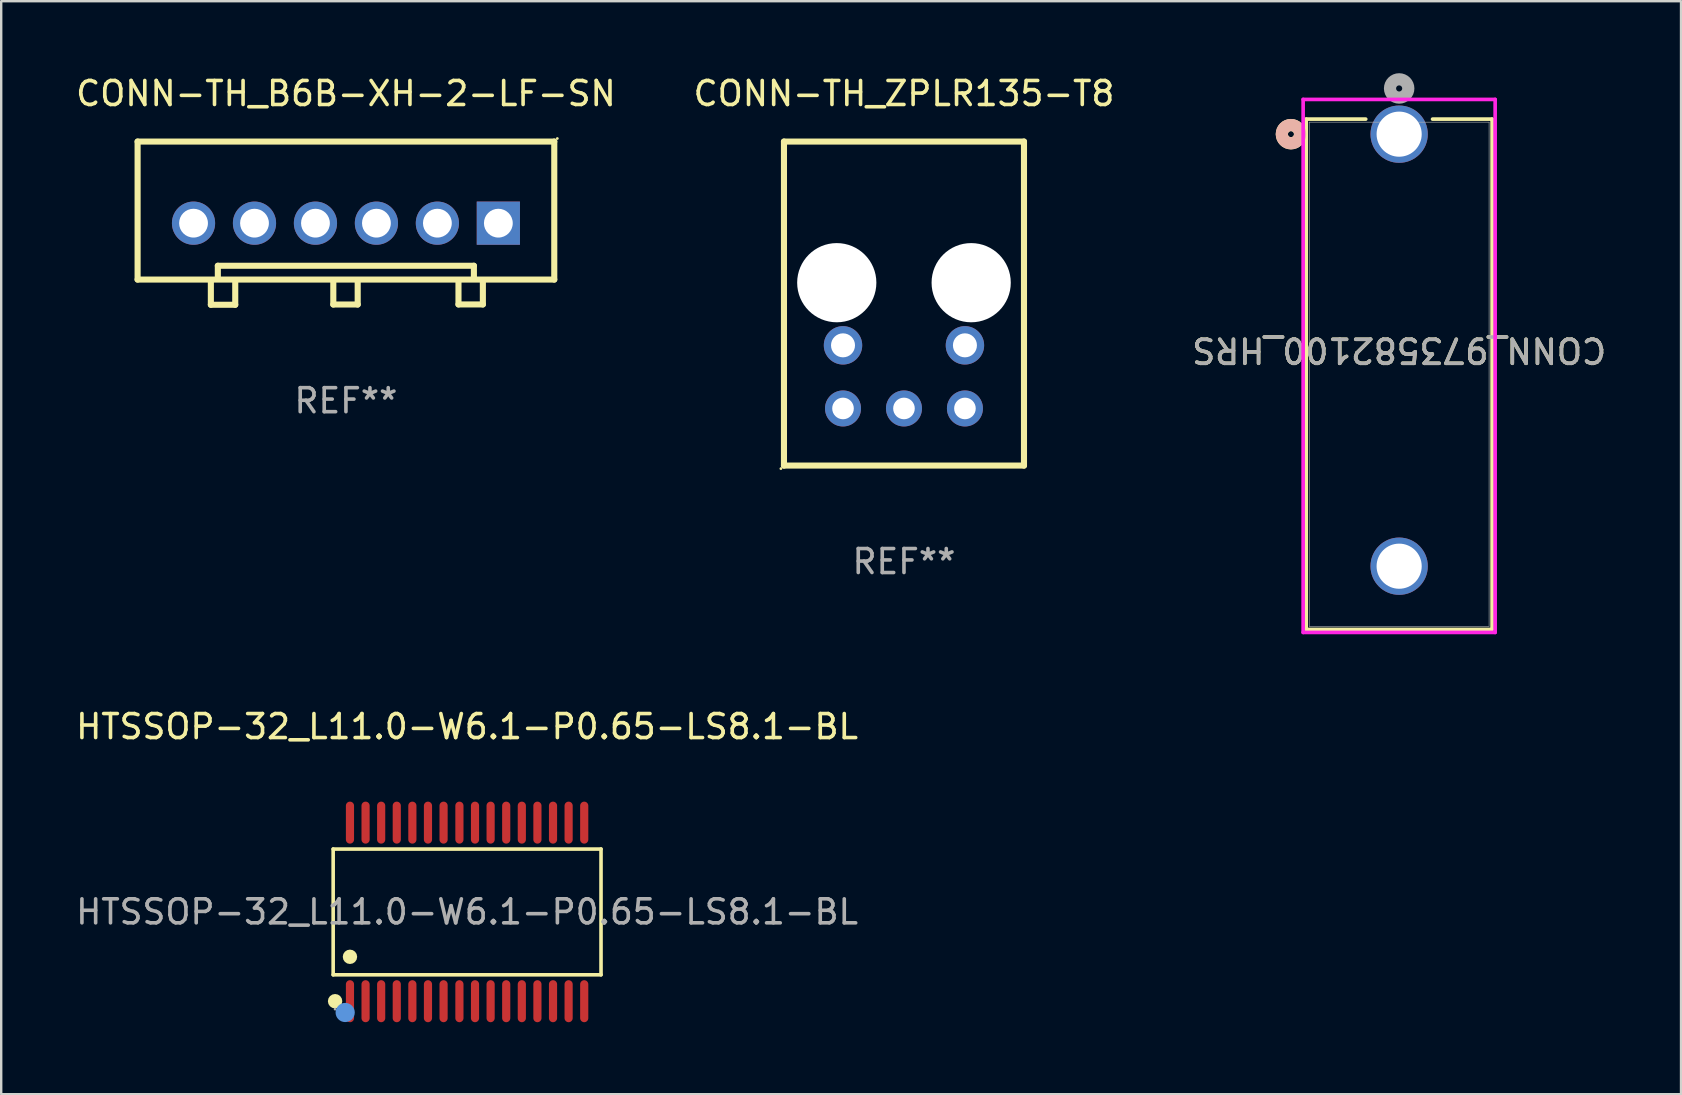
<source format=kicad_pcb>
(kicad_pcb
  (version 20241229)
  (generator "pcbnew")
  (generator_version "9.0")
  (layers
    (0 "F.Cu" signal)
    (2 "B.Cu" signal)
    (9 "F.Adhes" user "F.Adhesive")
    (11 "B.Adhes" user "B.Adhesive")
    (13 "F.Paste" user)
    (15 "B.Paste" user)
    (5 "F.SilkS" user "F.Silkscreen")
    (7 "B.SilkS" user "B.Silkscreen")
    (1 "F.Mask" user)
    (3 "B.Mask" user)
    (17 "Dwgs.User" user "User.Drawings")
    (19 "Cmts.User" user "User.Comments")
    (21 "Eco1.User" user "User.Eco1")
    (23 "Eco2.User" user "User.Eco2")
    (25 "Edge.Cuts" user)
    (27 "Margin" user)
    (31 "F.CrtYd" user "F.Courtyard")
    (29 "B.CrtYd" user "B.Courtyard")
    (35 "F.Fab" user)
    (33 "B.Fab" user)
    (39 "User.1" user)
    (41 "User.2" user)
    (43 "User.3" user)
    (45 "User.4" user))
  (footprint "HTSSOP-32_L11.0-W6.1-P0.65-LS8.1-BL"
    (layer "F.Cu")
    (at 16.411 34.944)
    (property "Reference" "HTSSOP-32_L11.0-W6.1-P0.65-LS8.1-BL" (at 0 -7.72 0) (layer "F.SilkS") (effects (font (size 1 1) (thickness 0.15))))
    (attr smd)
    (fp_line (start -5.58 -2.62) (end 5.58 -2.62) (stroke (width 0.15) (type solid)) (layer "F.SilkS"))
    (fp_line (start -5.58 2.62) (end -5.58 -2.62) (stroke (width 0.15) (type solid)) (layer "F.SilkS"))
    (fp_line (start 5.58 -2.62) (end 5.58 2.62) (stroke (width 0.15) (type solid)) (layer "F.SilkS"))
    (fp_line (start 5.58 2.62) (end -5.58 2.62) (stroke (width 0.15) (type solid)) (layer "F.SilkS"))
    (fp_circle (center -5.5 3.72) (end -5.35 3.72) (stroke (width 0.3) (type solid)) (fill no) (layer "F.SilkS"))
    (fp_circle (center -4.88 1.87) (end -4.73 1.87) (stroke (width 0.3) (type solid)) (fill no) (layer "F.SilkS"))
    (fp_circle (center -5.08 4.19) (end -4.88 4.19) (stroke (width 0.4) (type solid)) (fill no) (layer "Cmts.User"))
    (fp_circle (center -5.5 4.05) (end -5.47 4.05) (stroke (width 0.06) (type solid)) (fill no) (layer "F.Fab"))
    (fp_text user "${REFERENCE}" (at 0 0 0) (layer "F.Fab") (effects (font (size 1 1) (thickness 0.15))))
    (pad "1" smd oval (at -4.88 3.72) (size 0.34 1.75) (layers "F.Cu" "F.Mask" "F.Paste"))
    (pad "2" smd oval (at -4.23 3.72) (size 0.34 1.75) (layers "F.Cu" "F.Mask" "F.Paste"))
    (pad "3" smd oval (at -3.58 3.72) (size 0.34 1.75) (layers "F.Cu" "F.Mask" "F.Paste"))
    (pad "4" smd oval (at -2.93 3.72) (size 0.34 1.75) (layers "F.Cu" "F.Mask" "F.Paste"))
    (pad "5" smd oval (at -2.28 3.72) (size 0.34 1.75) (layers "F.Cu" "F.Mask" "F.Paste"))
    (pad "6" smd oval (at -1.63 3.72) (size 0.34 1.75) (layers "F.Cu" "F.Mask" "F.Paste"))
    (pad "7" smd oval (at -0.98 3.72) (size 0.34 1.75) (layers "F.Cu" "F.Mask" "F.Paste"))
    (pad "8" smd oval (at -0.32 3.72) (size 0.34 1.75) (layers "F.Cu" "F.Mask" "F.Paste"))
    (pad "9" smd oval (at 0.33 3.72) (size 0.34 1.75) (layers "F.Cu" "F.Mask" "F.Paste"))
    (pad "10" smd oval (at 0.98 3.72) (size 0.34 1.75) (layers "F.Cu" "F.Mask" "F.Paste"))
    (pad "11" smd oval (at 1.63 3.72) (size 0.34 1.75) (layers "F.Cu" "F.Mask" "F.Paste"))
    (pad "12" smd oval (at 2.28 3.72) (size 0.34 1.75) (layers "F.Cu" "F.Mask" "F.Paste"))
    (pad "13" smd oval (at 2.93 3.72) (size 0.34 1.75) (layers "F.Cu" "F.Mask" "F.Paste"))
    (pad "14" smd oval (at 3.58 3.72) (size 0.34 1.75) (layers "F.Cu" "F.Mask" "F.Paste"))
    (pad "15" smd oval (at 4.23 3.72) (size 0.34 1.75) (layers "F.Cu" "F.Mask" "F.Paste"))
    (pad "16" smd oval (at 4.88 3.72) (size 0.34 1.75) (layers "F.Cu" "F.Mask" "F.Paste"))
    (pad "17" smd oval (at 4.88 -3.72) (size 0.34 1.75) (layers "F.Cu" "F.Mask" "F.Paste"))
    (pad "18" smd oval (at 4.23 -3.72) (size 0.34 1.75) (layers "F.Cu" "F.Mask" "F.Paste"))
    (pad "19" smd oval (at 3.58 -3.72) (size 0.34 1.75) (layers "F.Cu" "F.Mask" "F.Paste"))
    (pad "20" smd oval (at 2.93 -3.72) (size 0.34 1.75) (layers "F.Cu" "F.Mask" "F.Paste"))
    (pad "21" smd oval (at 2.28 -3.72) (size 0.34 1.75) (layers "F.Cu" "F.Mask" "F.Paste"))
    (pad "22" smd oval (at 1.63 -3.72) (size 0.34 1.75) (layers "F.Cu" "F.Mask" "F.Paste"))
    (pad "23" smd oval (at 0.98 -3.72) (size 0.34 1.75) (layers "F.Cu" "F.Mask" "F.Paste"))
    (pad "24" smd oval (at 0.33 -3.72) (size 0.34 1.75) (layers "F.Cu" "F.Mask" "F.Paste"))
    (pad "25" smd oval (at -0.32 -3.72) (size 0.34 1.75) (layers "F.Cu" "F.Mask" "F.Paste"))
    (pad "26" smd oval (at -0.98 -3.72) (size 0.34 1.75) (layers "F.Cu" "F.Mask" "F.Paste"))
    (pad "27" smd oval (at -1.63 -3.72) (size 0.34 1.75) (layers "F.Cu" "F.Mask" "F.Paste"))
    (pad "28" smd oval (at -2.28 -3.72) (size 0.34 1.75) (layers "F.Cu" "F.Mask" "F.Paste"))
    (pad "29" smd oval (at -2.93 -3.72) (size 0.34 1.75) (layers "F.Cu" "F.Mask" "F.Paste"))
    (pad "30" smd oval (at -3.58 -3.72) (size 0.34 1.75) (layers "F.Cu" "F.Mask" "F.Paste"))
    (pad "31" smd oval (at -4.23 -3.72) (size 0.34 1.75) (layers "F.Cu" "F.Mask" "F.Paste"))
    (pad "32" smd oval (at -4.88 -3.72) (size 0.34 1.75) (layers "F.Cu" "F.Mask" "F.Paste")))
  (footprint "CONN-TH_ZPLR135-T8"
    (layer "F.Cu")
    (at 34.613 12.653)
    (property "Reference" "CONN-TH_ZPLR135-T8" (at 0 -11.805 0) (layer "F.SilkS") (effects (font (size 1 1) (thickness 0.15))))
    (attr through_hole)
    (fp_line (start -5 -9.805) (end -5 3.695) (stroke (width 0.254) (type solid)) (layer "F.SilkS"))
    (fp_line (start -5 -9.805) (end 5 -9.805) (stroke (width 0.254) (type solid)) (layer "F.SilkS"))
    (fp_line (start -5 3.695) (end 5 3.695) (stroke (width 0.254) (type solid)) (layer "F.SilkS"))
    (fp_line (start 5 -9.805) (end 5 3.695) (stroke (width 0.254) (type solid)) (layer "F.SilkS"))
    (fp_circle (center -5.127 3.822) (end -5.097 3.822) (stroke (width 0.06) (type solid)) (fill no) (layer "F.SilkS"))
    (fp_text user "REF**" (at 0 7.695 0) (layer "F.Fab") (effects (font (size 1 1) (thickness 0.15))))
    (pad "" np_thru_hole circle (at -2.8 -3.925) (size 3.3 3.3) (drill 3.3) (layers "*.Cu" "*.Mask"))
    (pad "" np_thru_hole circle (at 2.8 -3.925) (size 3.3 3.3) (drill 3.3) (layers "*.Cu" "*.Mask"))
    (pad "1" thru_hole circle (at -2.54 1.315) (size 1.5 1.5) (drill 0.9) (layers "*.Cu" "*.Mask"))
    (pad "2" thru_hole circle (at 0 1.315) (size 1.5 1.5) (drill 0.9) (layers "*.Cu" "*.Mask"))
    (pad "3" thru_hole circle (at 2.54 1.315) (size 1.5 1.5) (drill 0.9) (layers "*.Cu" "*.Mask"))
    (pad "4" thru_hole circle (at 2.54 -1.315) (size 1.6 1.6) (drill 1) (layers "*.Cu" "*.Mask"))
    (pad "5" thru_hole circle (at -2.54 -1.315) (size 1.6 1.6) (drill 1) (layers "*.Cu" "*.Mask")))
  (footprint "CONN-TH_B6B-XH-2-LF-SN"
    (layer "F.Cu")
    (at 11.363 6.248)
    (property "Reference" "CONN-TH_B6B-XH-2-LF-SN" (at 0.000013 -5.4 0) (layer "F.SilkS") (effects (font (size 1 1) (thickness 0.15))))
    (attr through_hole)
    (fp_line (start -8.68 -3.4) (end -8.68 2.35) (stroke (width 0.254) (type solid)) (layer "F.SilkS"))
    (fp_line (start -8.68 2.35) (end 8.68 2.35) (stroke (width 0.254) (type solid)) (layer "F.SilkS"))
    (fp_line (start -5.628 2.383) (end -5.628 3.399) (stroke (width 0.254) (type solid)) (layer "F.SilkS"))
    (fp_line (start -5.628 3.399) (end -4.612 3.399) (stroke (width 0.254) (type solid)) (layer "F.SilkS"))
    (fp_line (start -5.337 1.775) (end 5.331 1.775) (stroke (width 0.254) (type solid)) (layer "F.SilkS"))
    (fp_line (start -5.337 2.283) (end -5.337 1.775) (stroke (width 0.254) (type solid)) (layer "F.SilkS"))
    (fp_line (start -4.612 2.383) (end -4.612 3.399) (stroke (width 0.254) (type solid)) (layer "F.SilkS"))
    (fp_line (start -0.526 2.373) (end -0.526 3.389) (stroke (width 0.254) (type solid)) (layer "F.SilkS"))
    (fp_line (start -0.526 3.389) (end 0.49 3.389) (stroke (width 0.254) (type solid)) (layer "F.SilkS"))
    (fp_line (start 0.49 2.373) (end 0.49 3.389) (stroke (width 0.254) (type solid)) (layer "F.SilkS"))
    (fp_line (start 4.689 2.37) (end 4.689 3.386) (stroke (width 0.254) (type solid)) (layer "F.SilkS"))
    (fp_line (start 4.689 3.386) (end 5.705 3.386) (stroke (width 0.254) (type solid)) (layer "F.SilkS"))
    (fp_line (start 5.331 1.775) (end 5.331 2.283) (stroke (width 0.254) (type solid)) (layer "F.SilkS"))
    (fp_line (start 5.331 2.283) (end 5.331 2.283) (stroke (width 0.254) (type solid)) (layer "F.SilkS"))
    (fp_line (start 5.705 2.37) (end 5.705 3.386) (stroke (width 0.254) (type solid)) (layer "F.SilkS"))
    (fp_line (start 8.68 2.35) (end 8.68 -3.4) (stroke (width 0.254) (type solid)) (layer "F.SilkS"))
    (fp_line (start 8.68 -3.4) (end -8.68 -3.4) (stroke (width 0.254) (type solid)) (layer "F.SilkS"))
    (fp_circle (center 8.807 -3.527) (end 8.837 -3.527) (stroke (width 0.06) (type solid)) (fill no) (layer "F.SilkS"))
    (fp_text user "REF**" (at 0.000013 7.399 0) (layer "F.Fab") (effects (font (size 1 1) (thickness 0.15))))
    (pad "1" thru_hole rect (at 6.35 0 180) (size 1.8 1.8) (drill 1.2) (layers "*.Cu" "*.Mask"))
    (pad "2" thru_hole circle (at 3.81 0) (size 1.8 1.8) (drill 1.2) (layers "*.Cu" "*.Mask"))
    (pad "3" thru_hole circle (at 1.27 0) (size 1.8 1.8) (drill 1.2) (layers "*.Cu" "*.Mask"))
    (pad "4" thru_hole circle (at -1.27 0) (size 1.8 1.8) (drill 1.2) (layers "*.Cu" "*.Mask"))
    (pad "5" thru_hole circle (at -3.81 0) (size 1.8 1.8) (drill 1.2) (layers "*.Cu" "*.Mask"))
    (pad "6" thru_hole circle (at -6.35 0) (size 1.8 1.8) (drill 1.2) (layers "*.Cu" "*.Mask")))
  (footprint "CONN_973582100_HRS"
    (layer "F.Cu")
    (at 55.244 2.54)
    (property "Reference" "CONN_973582100_HRS" (at 0 9 180) (unlocked yes) (layer "F.SilkS") (effects (font (size 1 1) (thickness 0.15))))
    (attr through_hole)
    (fp_line (start -3.873 -0.627) (end -3.873 20.633) (stroke (width 0.152) (type solid)) (layer "F.SilkS"))
    (fp_line (start -3.873 20.633) (end 3.873 20.633) (stroke (width 0.152) (type solid)) (layer "F.SilkS"))
    (fp_line (start -1.392 -0.627) (end -3.873 -0.627) (stroke (width 0.152) (type solid)) (layer "F.SilkS"))
    (fp_line (start 3.873 -0.627) (end 1.392 -0.627) (stroke (width 0.152) (type solid)) (layer "F.SilkS"))
    (fp_line (start 3.873 20.633) (end 3.873 -0.627) (stroke (width 0.152) (type solid)) (layer "F.SilkS"))
    (fp_circle (center -4.508 0) (end -4.128 0) (stroke (width 0.508) (type solid)) (fill no) (layer "F.SilkS"))
    (fp_circle (center -4.508 0) (end -4.128 0) (stroke (width 0.508) (type solid)) (fill no) (layer "B.SilkS"))
    (fp_line (start -4 -1.448) (end -4 20.76) (stroke (width 0.152) (type solid)) (layer "F.CrtYd"))
    (fp_line (start -4 20.76) (end 4 20.76) (stroke (width 0.152) (type solid)) (layer "F.CrtYd"))
    (fp_line (start 4 -1.448) (end -4 -1.448) (stroke (width 0.152) (type solid)) (layer "F.CrtYd"))
    (fp_line (start 4 20.76) (end 4 -1.448) (stroke (width 0.152) (type solid)) (layer "F.CrtYd"))
    (fp_line (start -3.747 -0.5) (end -3.747 20.506) (stroke (width 0.025) (type solid)) (layer "F.Fab"))
    (fp_line (start -3.747 20.506) (end 3.747 20.506) (stroke (width 0.025) (type solid)) (layer "F.Fab"))
    (fp_line (start 3.747 -0.5) (end -3.747 -0.5) (stroke (width 0.025) (type solid)) (layer "F.Fab"))
    (fp_line (start 3.747 20.506) (end 3.747 -0.5) (stroke (width 0.025) (type solid)) (layer "F.Fab"))
    (fp_circle (center 0 -1.905) (end 0.381 -1.905) (stroke (width 0.508) (type solid)) (fill no) (layer "F.Fab"))
    (fp_text user "${REFERENCE}" (at 0 9 180) (unlocked yes) (layer "F.Fab") (effects (font (size 1 1) (thickness 0.15))))
    (pad "1" thru_hole circle (at 0 0 180) (size 2.388 2.388) (drill 1.88) (layers "*.Cu" "*.Mask"))
    (pad "1" thru_hole circle (at 0 18 180) (size 2.388 2.388) (drill 1.88) (layers "*.Cu" "*.Mask")))
  (gr_rect
    (start -3 -3)
    (end 66.988 42.539)
    (stroke (width 0.1) (type default))
    (fill no)
    (layer "Edge.Cuts")))
</source>
